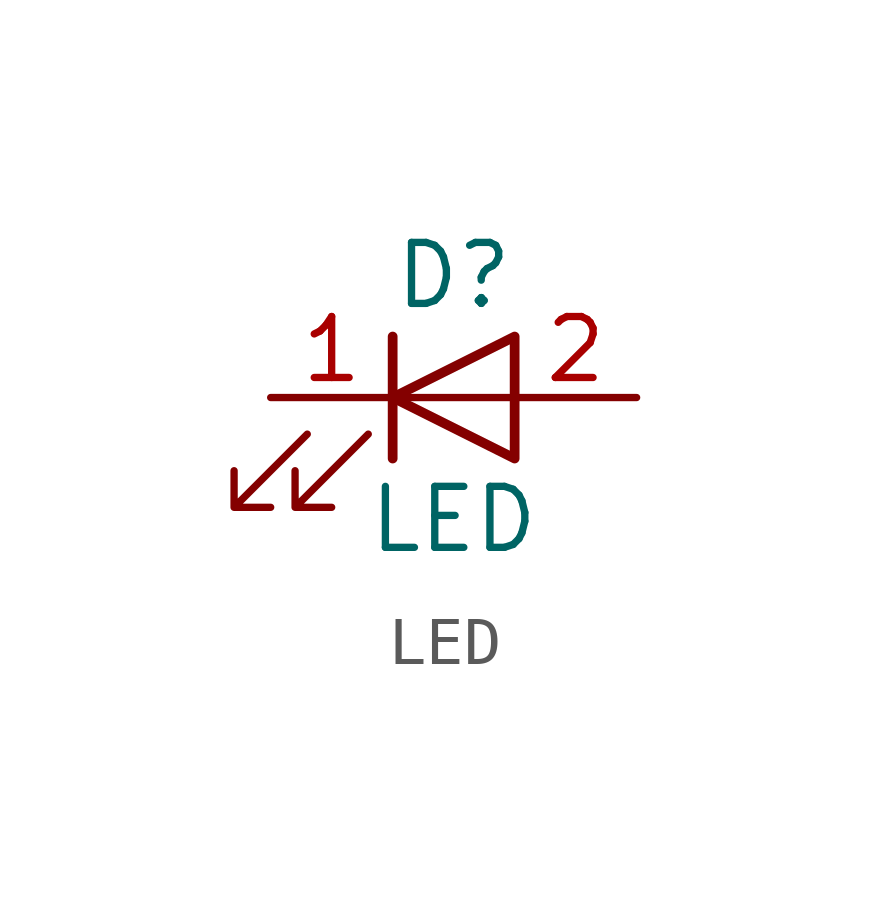
<source format=kicad_sym>
(kicad_symbol_lib
  (version 20211014)
  (generator kicad_symbol_editor)
  (symbol "LED"
    (pin_names
      (offset 1.016) hide)
    (property "Reference" "D"
      (at 0 2.54 0)
      (effects (font (size 1.27 1.27))))
    (property "Value" "LED"
      (at 0 -2.54 0)
      (effects (font (size 1.27 1.27))))
    (symbol "LED_0_1"
      (polyline (pts (xy -1.27 -1.27) (xy -1.27 1.27)) (stroke (width 0.203) (type default) (color 0 0 0 0)) (fill (type none)))
      (polyline (pts (xy -1.27 0) (xy 1.27 0)) (stroke (width 0) (type default) (color 0 0 0 0)) (fill (type none)))
      (polyline (pts (xy 1.27 -1.27) (xy 1.27 1.27) (xy -1.27 0) (xy 1.27 -1.27)) (stroke (width 0.203) (type default) (color 0 0 0 0)) (fill (type none)))
      (polyline (pts (xy -3.048 -0.762) (xy -4.572 -2.286) (xy -3.81 -2.286) (xy -4.572 -2.286) (xy -4.572 -1.524)) (stroke (width 0) (type default) (color 0 0 0 0)) (fill (type none)))
      (polyline (pts (xy -1.778 -0.762) (xy -3.302 -2.286) (xy -2.54 -2.286) (xy -3.302 -2.286) (xy -3.302 -1.524)) (stroke (width 0) (type default) (color 0 0 0 0)) (fill (type none))))
    (symbol "LED_1_1"
      (pin passive line (at -3.81 0 0) (length 2.54) (name "K" (effects (font (size 1.27 1.27)))) (number "1" (effects (font (size 1.27 1.27)))))
      (pin passive line (at 3.81 0 180) (length 2.54) (name "A" (effects (font (size 1.27 1.27)))) (number "2" (effects (font (size 1.27 1.27))))))))
</source>
